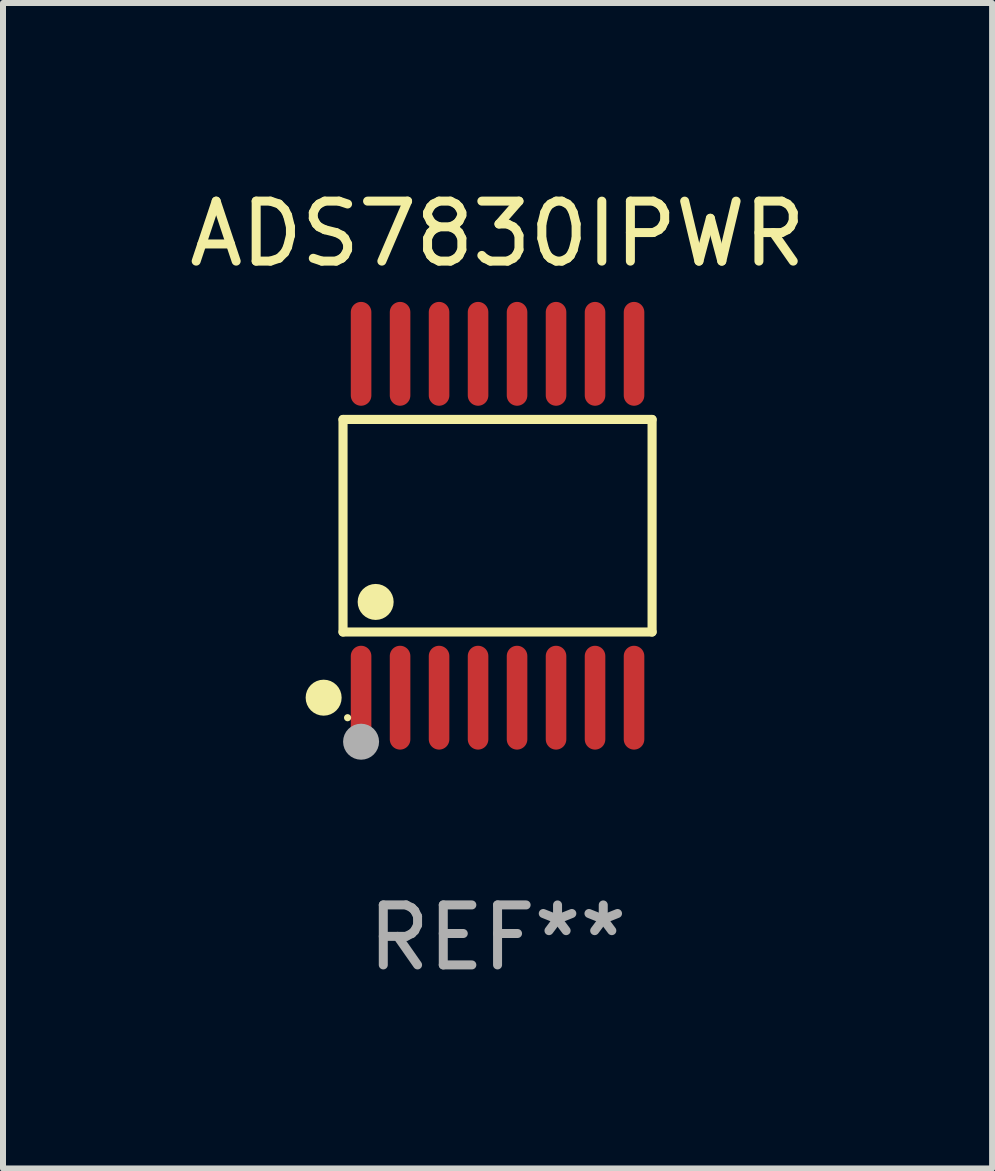
<source format=kicad_pcb>
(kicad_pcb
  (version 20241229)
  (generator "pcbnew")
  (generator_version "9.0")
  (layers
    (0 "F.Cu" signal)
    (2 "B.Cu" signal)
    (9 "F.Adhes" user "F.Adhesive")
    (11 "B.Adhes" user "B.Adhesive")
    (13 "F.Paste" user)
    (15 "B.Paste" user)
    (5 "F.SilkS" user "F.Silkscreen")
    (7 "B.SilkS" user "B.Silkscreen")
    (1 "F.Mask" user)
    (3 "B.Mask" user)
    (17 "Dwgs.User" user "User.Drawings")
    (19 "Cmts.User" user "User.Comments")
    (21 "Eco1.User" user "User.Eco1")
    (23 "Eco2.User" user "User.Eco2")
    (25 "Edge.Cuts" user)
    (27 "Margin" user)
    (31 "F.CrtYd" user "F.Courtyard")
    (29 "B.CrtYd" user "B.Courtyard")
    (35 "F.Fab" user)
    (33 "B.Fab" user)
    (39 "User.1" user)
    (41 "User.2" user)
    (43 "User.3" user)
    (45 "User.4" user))
  (footprint "ADS7830IPWR"
    (layer "F.Cu")
    (at 5.244 5.714)
    (property "Reference" "ADS7830IPWR" (at 0 -4.866 0) (layer "F.SilkS") (effects (font (size 1 1) (thickness 0.15))))
    (attr through_hole)
    (fp_line (start -2.576 -1.772) (end 2.576 -1.772) (stroke (width 0.152) (type solid)) (layer "F.SilkS"))
    (fp_line (start -2.576 1.771) (end -2.576 -1.772) (stroke (width 0.152) (type solid)) (layer "F.SilkS"))
    (fp_line (start 2.576 -1.772) (end 2.576 1.771) (stroke (width 0.152) (type solid)) (layer "F.SilkS"))
    (fp_line (start 2.576 1.771) (end -2.576 1.771) (stroke (width 0.152) (type solid)) (layer "F.SilkS"))
    (fp_circle (center -2.899 2.866) (end -2.749 2.866) (stroke (width 0.3) (type solid)) (fill no) (layer "F.SilkS"))
    (fp_circle (center -2.5 3.2) (end -2.47 3.2) (stroke (width 0.06) (type solid)) (fill no) (layer "F.SilkS"))
    (fp_circle (center -2.032 1.27) (end -1.882 1.27) (stroke (width 0.3) (type solid)) (fill no) (layer "F.SilkS"))
    (fp_circle (center -2.275 3.6) (end -2.125 3.6) (stroke (width 0.3) (type solid)) (fill no) (layer "F.Fab"))
    (fp_text user "REF**" (at 0 6.866 0) (layer "F.Fab") (effects (font (size 1 1) (thickness 0.15))))
    (pad "1" smd oval (at -2.275 2.866) (size 0.343 1.731) (layers "F.Cu" "F.Mask" "F.Paste"))
    (pad "2" smd oval (at -1.625 2.866) (size 0.343 1.731) (layers "F.Cu" "F.Mask" "F.Paste"))
    (pad "3" smd oval (at -0.975 2.866) (size 0.343 1.731) (layers "F.Cu" "F.Mask" "F.Paste"))
    (pad "4" smd oval (at -0.325 2.866) (size 0.343 1.731) (layers "F.Cu" "F.Mask" "F.Paste"))
    (pad "5" smd oval (at 0.325 2.866) (size 0.343 1.731) (layers "F.Cu" "F.Mask" "F.Paste"))
    (pad "6" smd oval (at 0.975 2.866) (size 0.343 1.731) (layers "F.Cu" "F.Mask" "F.Paste"))
    (pad "7" smd oval (at 1.625 2.866) (size 0.343 1.731) (layers "F.Cu" "F.Mask" "F.Paste"))
    (pad "8" smd oval (at 2.275 2.866) (size 0.343 1.731) (layers "F.Cu" "F.Mask" "F.Paste"))
    (pad "9" smd oval (at 2.275 -2.866) (size 0.343 1.731) (layers "F.Cu" "F.Mask" "F.Paste"))
    (pad "10" smd oval (at 1.625 -2.866) (size 0.343 1.731) (layers "F.Cu" "F.Mask" "F.Paste"))
    (pad "11" smd oval (at 0.975 -2.866) (size 0.343 1.731) (layers "F.Cu" "F.Mask" "F.Paste"))
    (pad "12" smd oval (at 0.325 -2.866) (size 0.343 1.731) (layers "F.Cu" "F.Mask" "F.Paste"))
    (pad "13" smd oval (at -0.325 -2.866) (size 0.343 1.731) (layers "F.Cu" "F.Mask" "F.Paste"))
    (pad "14" smd oval (at -0.975 -2.866) (size 0.343 1.731) (layers "F.Cu" "F.Mask" "F.Paste"))
    (pad "15" smd oval (at -1.625 -2.866) (size 0.343 1.731) (layers "F.Cu" "F.Mask" "F.Paste"))
    (pad "16" smd oval (at -2.275 -2.866) (size 0.343 1.731) (layers "F.Cu" "F.Mask" "F.Paste")))
  (gr_rect
    (start -3 -3)
    (end 13.488 16.428)
    (stroke (width 0.1) (type default))
    (fill no)
    (layer "Edge.Cuts")))
</source>
